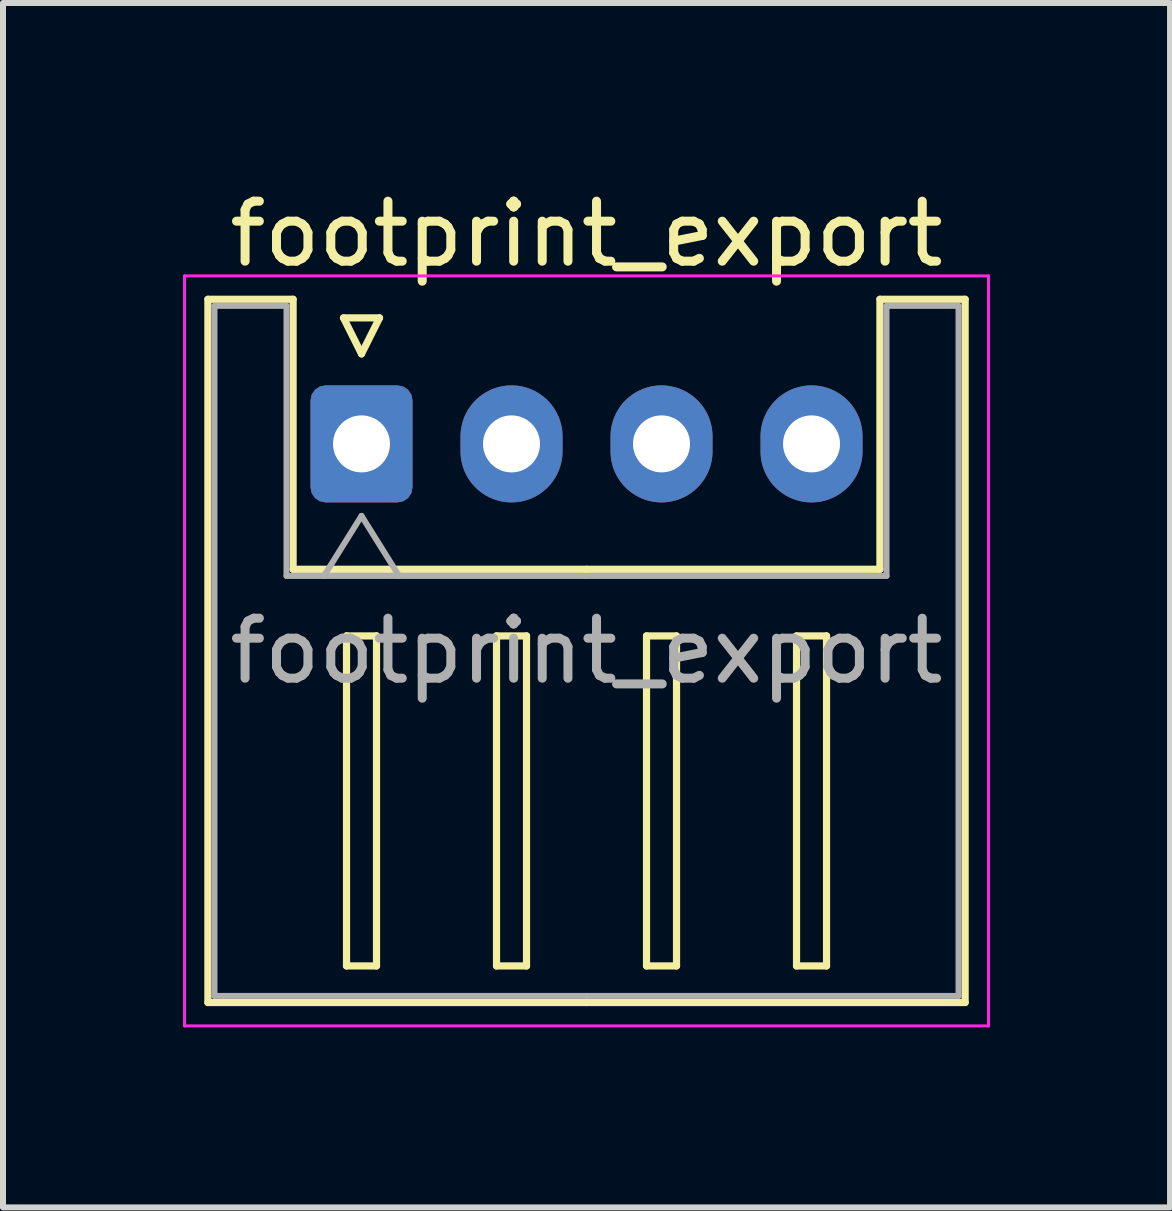
<source format=kicad_pcb>
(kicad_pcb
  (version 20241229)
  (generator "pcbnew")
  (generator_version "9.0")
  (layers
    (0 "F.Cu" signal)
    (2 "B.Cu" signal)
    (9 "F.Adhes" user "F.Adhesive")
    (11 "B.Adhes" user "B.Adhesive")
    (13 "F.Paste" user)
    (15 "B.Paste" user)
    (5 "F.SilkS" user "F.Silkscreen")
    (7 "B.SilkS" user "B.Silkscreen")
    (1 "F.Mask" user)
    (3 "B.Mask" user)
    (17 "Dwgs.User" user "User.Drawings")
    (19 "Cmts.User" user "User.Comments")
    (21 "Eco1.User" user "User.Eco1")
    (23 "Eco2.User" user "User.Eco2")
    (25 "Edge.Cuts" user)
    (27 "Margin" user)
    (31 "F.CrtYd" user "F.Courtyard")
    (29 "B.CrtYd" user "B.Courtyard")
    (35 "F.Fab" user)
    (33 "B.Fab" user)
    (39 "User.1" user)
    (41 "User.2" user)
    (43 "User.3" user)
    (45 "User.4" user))
  (footprint "footprint_export"
    (layer "F.Cu")
    (at 2.975 4.348)
    (property "Reference" "footprint_export" (at 3.75 -3.5 0) (layer "F.SilkS") (effects (font (size 1 1) (thickness 0.15))))
    (attr through_hole)
    (fp_line (start -2.56 -2.41) (end -1.14 -2.41) (stroke (width 0.12) (type solid)) (layer "F.SilkS"))
    (fp_line (start -2.56 9.31) (end -2.56 -2.41) (stroke (width 0.12) (type solid)) (layer "F.SilkS"))
    (fp_line (start -1.14 -2.41) (end -1.14 2.09) (stroke (width 0.12) (type solid)) (layer "F.SilkS"))
    (fp_line (start -1.14 2.09) (end 3.75 2.09) (stroke (width 0.12) (type solid)) (layer "F.SilkS"))
    (fp_line (start -0.3 -2.1) (end 0.3 -2.1) (stroke (width 0.12) (type solid)) (layer "F.SilkS"))
    (fp_line (start -0.25 3.2) (end -0.25 8.7) (stroke (width 0.12) (type solid)) (layer "F.SilkS"))
    (fp_line (start -0.25 8.7) (end 0.25 8.7) (stroke (width 0.12) (type solid)) (layer "F.SilkS"))
    (fp_line (start 0 -1.5) (end -0.3 -2.1) (stroke (width 0.12) (type solid)) (layer "F.SilkS"))
    (fp_line (start 0.25 3.2) (end -0.25 3.2) (stroke (width 0.12) (type solid)) (layer "F.SilkS"))
    (fp_line (start 0.25 8.7) (end 0.25 3.2) (stroke (width 0.12) (type solid)) (layer "F.SilkS"))
    (fp_line (start 0.3 -2.1) (end 0 -1.5) (stroke (width 0.12) (type solid)) (layer "F.SilkS"))
    (fp_line (start 2.25 3.2) (end 2.25 8.7) (stroke (width 0.12) (type solid)) (layer "F.SilkS"))
    (fp_line (start 2.25 8.7) (end 2.75 8.7) (stroke (width 0.12) (type solid)) (layer "F.SilkS"))
    (fp_line (start 2.75 3.2) (end 2.25 3.2) (stroke (width 0.12) (type solid)) (layer "F.SilkS"))
    (fp_line (start 2.75 8.7) (end 2.75 3.2) (stroke (width 0.12) (type solid)) (layer "F.SilkS"))
    (fp_line (start 3.75 9.31) (end -2.56 9.31) (stroke (width 0.12) (type solid)) (layer "F.SilkS"))
    (fp_line (start 3.75 9.31) (end 10.06 9.31) (stroke (width 0.12) (type solid)) (layer "F.SilkS"))
    (fp_line (start 4.75 3.2) (end 4.75 8.7) (stroke (width 0.12) (type solid)) (layer "F.SilkS"))
    (fp_line (start 4.75 8.7) (end 5.25 8.7) (stroke (width 0.12) (type solid)) (layer "F.SilkS"))
    (fp_line (start 5.25 3.2) (end 4.75 3.2) (stroke (width 0.12) (type solid)) (layer "F.SilkS"))
    (fp_line (start 5.25 8.7) (end 5.25 3.2) (stroke (width 0.12) (type solid)) (layer "F.SilkS"))
    (fp_line (start 7.25 3.2) (end 7.25 8.7) (stroke (width 0.12) (type solid)) (layer "F.SilkS"))
    (fp_line (start 7.25 8.7) (end 7.75 8.7) (stroke (width 0.12) (type solid)) (layer "F.SilkS"))
    (fp_line (start 7.75 3.2) (end 7.25 3.2) (stroke (width 0.12) (type solid)) (layer "F.SilkS"))
    (fp_line (start 7.75 8.7) (end 7.75 3.2) (stroke (width 0.12) (type solid)) (layer "F.SilkS"))
    (fp_line (start 8.64 -2.41) (end 8.64 2.09) (stroke (width 0.12) (type solid)) (layer "F.SilkS"))
    (fp_line (start 8.64 2.09) (end 3.75 2.09) (stroke (width 0.12) (type solid)) (layer "F.SilkS"))
    (fp_line (start 10.06 -2.41) (end 8.64 -2.41) (stroke (width 0.12) (type solid)) (layer "F.SilkS"))
    (fp_line (start 10.06 9.31) (end 10.06 -2.41) (stroke (width 0.12) (type solid)) (layer "F.SilkS"))
    (fp_line (start -2.95 -2.8) (end -2.95 9.7) (stroke (width 0.05) (type solid)) (layer "F.CrtYd"))
    (fp_line (start -2.95 9.7) (end 10.45 9.7) (stroke (width 0.05) (type solid)) (layer "F.CrtYd"))
    (fp_line (start 10.45 -2.8) (end -2.95 -2.8) (stroke (width 0.05) (type solid)) (layer "F.CrtYd"))
    (fp_line (start 10.45 9.7) (end 10.45 -2.8) (stroke (width 0.05) (type solid)) (layer "F.CrtYd"))
    (fp_line (start -2.45 -2.3) (end -1.25 -2.3) (stroke (width 0.1) (type solid)) (layer "F.Fab"))
    (fp_line (start -2.45 9.2) (end -2.45 -2.3) (stroke (width 0.1) (type solid)) (layer "F.Fab"))
    (fp_line (start -1.25 -2.3) (end -1.25 2.2) (stroke (width 0.1) (type solid)) (layer "F.Fab"))
    (fp_line (start -1.25 2.2) (end 3.75 2.2) (stroke (width 0.1) (type solid)) (layer "F.Fab"))
    (fp_line (start -0.625 2.2) (end 0 1.2) (stroke (width 0.1) (type solid)) (layer "F.Fab"))
    (fp_line (start 0 1.2) (end 0.625 2.2) (stroke (width 0.1) (type solid)) (layer "F.Fab"))
    (fp_line (start 3.75 9.2) (end -2.45 9.2) (stroke (width 0.1) (type solid)) (layer "F.Fab"))
    (fp_line (start 3.75 9.2) (end 9.95 9.2) (stroke (width 0.1) (type solid)) (layer "F.Fab"))
    (fp_line (start 8.75 -2.3) (end 8.75 2.2) (stroke (width 0.1) (type solid)) (layer "F.Fab"))
    (fp_line (start 8.75 2.2) (end 3.75 2.2) (stroke (width 0.1) (type solid)) (layer "F.Fab"))
    (fp_line (start 9.95 -2.3) (end 8.75 -2.3) (stroke (width 0.1) (type solid)) (layer "F.Fab"))
    (fp_line (start 9.95 9.2) (end 9.95 -2.3) (stroke (width 0.1) (type solid)) (layer "F.Fab"))
    (fp_text user "${REFERENCE}" (at 3.75 3.45 0) (layer "F.Fab") (effects (font (size 1 1) (thickness 0.15))))
    (pad "1" thru_hole roundrect (at 0 0) (size 1.7 1.95) (drill 0.95) (layers "*.Cu" "*.Mask") (roundrect_rratio 0.147))
    (pad "2" thru_hole oval (at 2.5 0) (size 1.7 1.95) (drill 0.95) (layers "*.Cu" "*.Mask"))
    (pad "3" thru_hole oval (at 5 0) (size 1.7 1.95) (drill 0.95) (layers "*.Cu" "*.Mask"))
    (pad "4" thru_hole oval (at 7.5 0) (size 1.7 1.95) (drill 0.95) (layers "*.Cu" "*.Mask")))
  (gr_rect
    (start -3 -3)
    (end 16.45 17.073)
    (stroke (width 0.1) (type default))
    (fill no)
    (layer "Edge.Cuts")))
</source>
